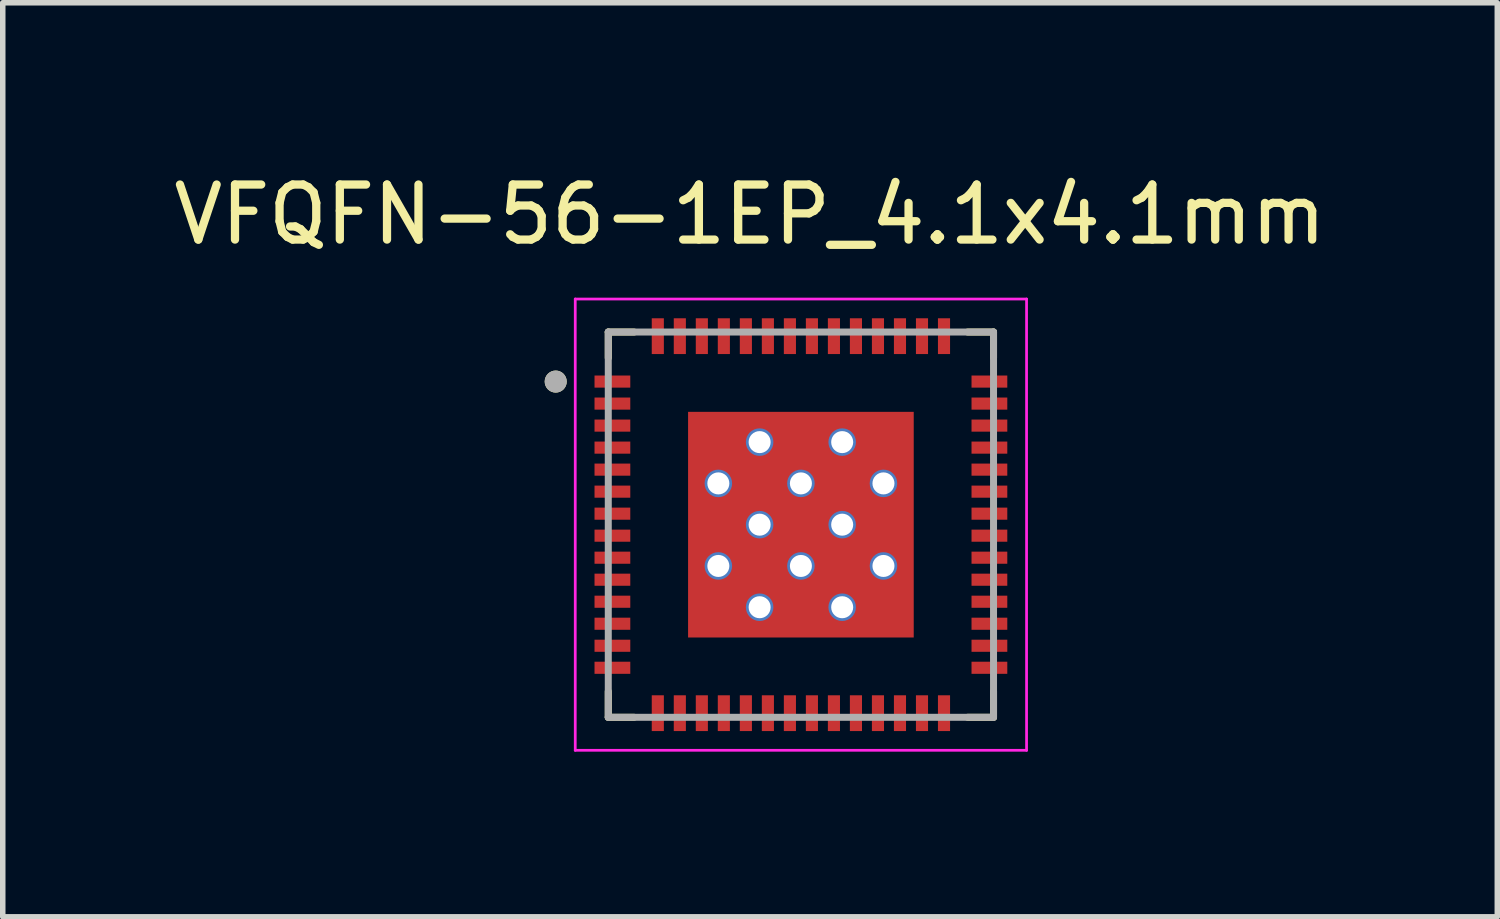
<source format=kicad_pcb>
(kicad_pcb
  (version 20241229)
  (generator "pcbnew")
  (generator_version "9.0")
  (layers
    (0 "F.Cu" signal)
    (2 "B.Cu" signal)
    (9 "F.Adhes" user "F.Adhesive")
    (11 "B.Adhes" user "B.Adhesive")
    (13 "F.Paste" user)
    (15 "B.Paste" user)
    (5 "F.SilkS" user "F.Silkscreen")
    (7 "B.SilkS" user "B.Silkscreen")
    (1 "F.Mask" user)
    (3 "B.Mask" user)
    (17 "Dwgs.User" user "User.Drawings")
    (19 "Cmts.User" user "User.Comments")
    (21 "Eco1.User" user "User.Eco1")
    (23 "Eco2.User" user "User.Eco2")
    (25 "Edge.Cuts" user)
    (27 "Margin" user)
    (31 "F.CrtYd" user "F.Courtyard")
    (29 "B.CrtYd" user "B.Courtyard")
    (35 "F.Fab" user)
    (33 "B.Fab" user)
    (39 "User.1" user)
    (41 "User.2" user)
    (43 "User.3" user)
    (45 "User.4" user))
  (footprint "VFQFN-56-1EP_4.1x4.1mm"
    (layer "F.Cu")
    (at 11.502 6.483)
    (property "Reference" "VFQFN-56-1EP_4.1x4.1mm" (at -0.925 -5.635 0) (layer "F.SilkS") (effects (font (size 1 1) (thickness 0.15))))
    (attr smd)
    (fp_poly (pts (xy -3.8 -2.76) (xy -3.05 -2.76) (xy -3.05 -2.44) (xy -3.8 -2.44)) (stroke (width 0.01) (type solid)) (fill yes) (layer "F.Mask"))
    (fp_poly (pts (xy -3.8 -2.36) (xy -3.05 -2.36) (xy -3.05 -2.04) (xy -3.8 -2.04)) (stroke (width 0.01) (type solid)) (fill yes) (layer "F.Mask"))
    (fp_poly (pts (xy -3.8 -1.96) (xy -3.05 -1.96) (xy -3.05 -1.64) (xy -3.8 -1.64)) (stroke (width 0.01) (type solid)) (fill yes) (layer "F.Mask"))
    (fp_poly (pts (xy -3.8 -1.56) (xy -3.05 -1.56) (xy -3.05 -1.24) (xy -3.8 -1.24)) (stroke (width 0.01) (type solid)) (fill yes) (layer "F.Mask"))
    (fp_poly (pts (xy -3.8 -1.16) (xy -3.05 -1.16) (xy -3.05 -0.84) (xy -3.8 -0.84)) (stroke (width 0.01) (type solid)) (fill yes) (layer "F.Mask"))
    (fp_poly (pts (xy -3.8 -0.76) (xy -3.05 -0.76) (xy -3.05 -0.44) (xy -3.8 -0.44)) (stroke (width 0.01) (type solid)) (fill yes) (layer "F.Mask"))
    (fp_poly (pts (xy -3.8 -0.36) (xy -3.05 -0.36) (xy -3.05 -0.04) (xy -3.8 -0.04)) (stroke (width 0.01) (type solid)) (fill yes) (layer "F.Mask"))
    (fp_poly (pts (xy -3.8 0.04) (xy -3.05 0.04) (xy -3.05 0.36) (xy -3.8 0.36)) (stroke (width 0.01) (type solid)) (fill yes) (layer "F.Mask"))
    (fp_poly (pts (xy -3.8 0.44) (xy -3.05 0.44) (xy -3.05 0.76) (xy -3.8 0.76)) (stroke (width 0.01) (type solid)) (fill yes) (layer "F.Mask"))
    (fp_poly (pts (xy -3.8 0.84) (xy -3.05 0.84) (xy -3.05 1.16) (xy -3.8 1.16)) (stroke (width 0.01) (type solid)) (fill yes) (layer "F.Mask"))
    (fp_poly (pts (xy -3.8 1.24) (xy -3.05 1.24) (xy -3.05 1.56) (xy -3.8 1.56)) (stroke (width 0.01) (type solid)) (fill yes) (layer "F.Mask"))
    (fp_poly (pts (xy -3.8 1.64) (xy -3.05 1.64) (xy -3.05 1.96) (xy -3.8 1.96)) (stroke (width 0.01) (type solid)) (fill yes) (layer "F.Mask"))
    (fp_poly (pts (xy -3.8 2.04) (xy -3.05 2.04) (xy -3.05 2.36) (xy -3.8 2.36)) (stroke (width 0.01) (type solid)) (fill yes) (layer "F.Mask"))
    (fp_poly (pts (xy -3.8 2.44) (xy -3.05 2.44) (xy -3.05 2.76) (xy -3.8 2.76)) (stroke (width 0.01) (type solid)) (fill yes) (layer "F.Mask"))
    (fp_poly (pts (xy -2.76 -3.8) (xy -2.44 -3.8) (xy -2.44 -3.05) (xy -2.76 -3.05)) (stroke (width 0.01) (type solid)) (fill yes) (layer "F.Mask"))
    (fp_poly (pts (xy -2.76 3.05) (xy -2.44 3.05) (xy -2.44 3.8) (xy -2.76 3.8)) (stroke (width 0.01) (type solid)) (fill yes) (layer "F.Mask"))
    (fp_poly (pts (xy -2.36 -3.8) (xy -2.04 -3.8) (xy -2.04 -3.05) (xy -2.36 -3.05)) (stroke (width 0.01) (type solid)) (fill yes) (layer "F.Mask"))
    (fp_poly (pts (xy -2.36 3.05) (xy -2.04 3.05) (xy -2.04 3.8) (xy -2.36 3.8)) (stroke (width 0.01) (type solid)) (fill yes) (layer "F.Mask"))
    (fp_poly (pts (xy -1.96 -3.8) (xy -1.64 -3.8) (xy -1.64 -3.05) (xy -1.96 -3.05)) (stroke (width 0.01) (type solid)) (fill yes) (layer "F.Mask"))
    (fp_poly (pts (xy -1.96 3.05) (xy -1.64 3.05) (xy -1.64 3.8) (xy -1.96 3.8)) (stroke (width 0.01) (type solid)) (fill yes) (layer "F.Mask"))
    (fp_poly (pts (xy -1.56 -3.8) (xy -1.24 -3.8) (xy -1.24 -3.05) (xy -1.56 -3.05)) (stroke (width 0.01) (type solid)) (fill yes) (layer "F.Mask"))
    (fp_poly (pts (xy -1.56 3.05) (xy -1.24 3.05) (xy -1.24 3.8) (xy -1.56 3.8)) (stroke (width 0.01) (type solid)) (fill yes) (layer "F.Mask"))
    (fp_poly (pts (xy -1.16 -3.8) (xy -0.84 -3.8) (xy -0.84 -3.05) (xy -1.16 -3.05)) (stroke (width 0.01) (type solid)) (fill yes) (layer "F.Mask"))
    (fp_poly (pts (xy -1.16 3.05) (xy -0.84 3.05) (xy -0.84 3.8) (xy -1.16 3.8)) (stroke (width 0.01) (type solid)) (fill yes) (layer "F.Mask"))
    (fp_poly (pts (xy -0.76 -3.8) (xy -0.44 -3.8) (xy -0.44 -3.05) (xy -0.76 -3.05)) (stroke (width 0.01) (type solid)) (fill yes) (layer "F.Mask"))
    (fp_poly (pts (xy -0.76 3.05) (xy -0.44 3.05) (xy -0.44 3.8) (xy -0.76 3.8)) (stroke (width 0.01) (type solid)) (fill yes) (layer "F.Mask"))
    (fp_poly (pts (xy -0.36 -3.8) (xy -0.04 -3.8) (xy -0.04 -3.05) (xy -0.36 -3.05)) (stroke (width 0.01) (type solid)) (fill yes) (layer "F.Mask"))
    (fp_poly (pts (xy -0.36 3.05) (xy -0.04 3.05) (xy -0.04 3.8) (xy -0.36 3.8)) (stroke (width 0.01) (type solid)) (fill yes) (layer "F.Mask"))
    (fp_poly (pts (xy 0.04 -3.8) (xy 0.36 -3.8) (xy 0.36 -3.05) (xy 0.04 -3.05)) (stroke (width 0.01) (type solid)) (fill yes) (layer "F.Mask"))
    (fp_poly (pts (xy 0.04 3.05) (xy 0.36 3.05) (xy 0.36 3.8) (xy 0.04 3.8)) (stroke (width 0.01) (type solid)) (fill yes) (layer "F.Mask"))
    (fp_poly (pts (xy 0.44 -3.8) (xy 0.76 -3.8) (xy 0.76 -3.05) (xy 0.44 -3.05)) (stroke (width 0.01) (type solid)) (fill yes) (layer "F.Mask"))
    (fp_poly (pts (xy 0.44 3.05) (xy 0.76 3.05) (xy 0.76 3.8) (xy 0.44 3.8)) (stroke (width 0.01) (type solid)) (fill yes) (layer "F.Mask"))
    (fp_poly (pts (xy 0.84 -3.8) (xy 1.16 -3.8) (xy 1.16 -3.05) (xy 0.84 -3.05)) (stroke (width 0.01) (type solid)) (fill yes) (layer "F.Mask"))
    (fp_poly (pts (xy 0.84 3.05) (xy 1.16 3.05) (xy 1.16 3.8) (xy 0.84 3.8)) (stroke (width 0.01) (type solid)) (fill yes) (layer "F.Mask"))
    (fp_poly (pts (xy 1.24 -3.8) (xy 1.56 -3.8) (xy 1.56 -3.05) (xy 1.24 -3.05)) (stroke (width 0.01) (type solid)) (fill yes) (layer "F.Mask"))
    (fp_poly (pts (xy 1.24 3.05) (xy 1.56 3.05) (xy 1.56 3.8) (xy 1.24 3.8)) (stroke (width 0.01) (type solid)) (fill yes) (layer "F.Mask"))
    (fp_poly (pts (xy 1.64 -3.8) (xy 1.96 -3.8) (xy 1.96 -3.05) (xy 1.64 -3.05)) (stroke (width 0.01) (type solid)) (fill yes) (layer "F.Mask"))
    (fp_poly (pts (xy 1.64 3.05) (xy 1.96 3.05) (xy 1.96 3.8) (xy 1.64 3.8)) (stroke (width 0.01) (type solid)) (fill yes) (layer "F.Mask"))
    (fp_poly (pts (xy 2.04 -3.8) (xy 2.36 -3.8) (xy 2.36 -3.05) (xy 2.04 -3.05)) (stroke (width 0.01) (type solid)) (fill yes) (layer "F.Mask"))
    (fp_poly (pts (xy 2.04 3.05) (xy 2.36 3.05) (xy 2.36 3.8) (xy 2.04 3.8)) (stroke (width 0.01) (type solid)) (fill yes) (layer "F.Mask"))
    (fp_poly (pts (xy 2.44 -3.8) (xy 2.76 -3.8) (xy 2.76 -3.05) (xy 2.44 -3.05)) (stroke (width 0.01) (type solid)) (fill yes) (layer "F.Mask"))
    (fp_poly (pts (xy 2.44 3.05) (xy 2.76 3.05) (xy 2.76 3.8) (xy 2.44 3.8)) (stroke (width 0.01) (type solid)) (fill yes) (layer "F.Mask"))
    (fp_poly (pts (xy 3.05 -2.76) (xy 3.8 -2.76) (xy 3.8 -2.44) (xy 3.05 -2.44)) (stroke (width 0.01) (type solid)) (fill yes) (layer "F.Mask"))
    (fp_poly (pts (xy 3.05 -2.36) (xy 3.8 -2.36) (xy 3.8 -2.04) (xy 3.05 -2.04)) (stroke (width 0.01) (type solid)) (fill yes) (layer "F.Mask"))
    (fp_poly (pts (xy 3.05 -1.96) (xy 3.8 -1.96) (xy 3.8 -1.64) (xy 3.05 -1.64)) (stroke (width 0.01) (type solid)) (fill yes) (layer "F.Mask"))
    (fp_poly (pts (xy 3.05 -1.56) (xy 3.8 -1.56) (xy 3.8 -1.24) (xy 3.05 -1.24)) (stroke (width 0.01) (type solid)) (fill yes) (layer "F.Mask"))
    (fp_poly (pts (xy 3.05 -1.16) (xy 3.8 -1.16) (xy 3.8 -0.84) (xy 3.05 -0.84)) (stroke (width 0.01) (type solid)) (fill yes) (layer "F.Mask"))
    (fp_poly (pts (xy 3.05 -0.76) (xy 3.8 -0.76) (xy 3.8 -0.44) (xy 3.05 -0.44)) (stroke (width 0.01) (type solid)) (fill yes) (layer "F.Mask"))
    (fp_poly (pts (xy 3.05 -0.36) (xy 3.8 -0.36) (xy 3.8 -0.04) (xy 3.05 -0.04)) (stroke (width 0.01) (type solid)) (fill yes) (layer "F.Mask"))
    (fp_poly (pts (xy 3.05 0.04) (xy 3.8 0.04) (xy 3.8 0.36) (xy 3.05 0.36)) (stroke (width 0.01) (type solid)) (fill yes) (layer "F.Mask"))
    (fp_poly (pts (xy 3.05 0.44) (xy 3.8 0.44) (xy 3.8 0.76) (xy 3.05 0.76)) (stroke (width 0.01) (type solid)) (fill yes) (layer "F.Mask"))
    (fp_poly (pts (xy 3.05 0.84) (xy 3.8 0.84) (xy 3.8 1.16) (xy 3.05 1.16)) (stroke (width 0.01) (type solid)) (fill yes) (layer "F.Mask"))
    (fp_poly (pts (xy 3.05 1.24) (xy 3.8 1.24) (xy 3.8 1.56) (xy 3.05 1.56)) (stroke (width 0.01) (type solid)) (fill yes) (layer "F.Mask"))
    (fp_poly (pts (xy 3.05 1.64) (xy 3.8 1.64) (xy 3.8 1.96) (xy 3.05 1.96)) (stroke (width 0.01) (type solid)) (fill yes) (layer "F.Mask"))
    (fp_poly (pts (xy 3.05 2.04) (xy 3.8 2.04) (xy 3.8 2.36) (xy 3.05 2.36)) (stroke (width 0.01) (type solid)) (fill yes) (layer "F.Mask"))
    (fp_poly (pts (xy 3.05 2.44) (xy 3.8 2.44) (xy 3.8 2.76) (xy 3.05 2.76)) (stroke (width 0.01) (type solid)) (fill yes) (layer "F.Mask"))
    (fp_line (start -3.5 -3.5) (end -3.5 -3.03) (stroke (width 0.127) (type solid)) (layer "F.SilkS"))
    (fp_line (start -3.5 -3.5) (end -3.03 -3.5) (stroke (width 0.127) (type solid)) (layer "F.SilkS"))
    (fp_line (start -3.5 3.5) (end -3.5 3.03) (stroke (width 0.127) (type solid)) (layer "F.SilkS"))
    (fp_line (start -3.5 3.5) (end -3.03 3.5) (stroke (width 0.127) (type solid)) (layer "F.SilkS"))
    (fp_line (start 3.5 -3.5) (end 3.03 -3.5) (stroke (width 0.127) (type solid)) (layer "F.SilkS"))
    (fp_line (start 3.5 -3.5) (end 3.5 -3.03) (stroke (width 0.127) (type solid)) (layer "F.SilkS"))
    (fp_line (start 3.5 3.5) (end 3.03 3.5) (stroke (width 0.127) (type solid)) (layer "F.SilkS"))
    (fp_line (start 3.5 3.5) (end 3.5 3.03) (stroke (width 0.127) (type solid)) (layer "F.SilkS"))
    (fp_circle (center -4.455 -2.6) (end -4.355 -2.6) (stroke (width 0.2) (type solid)) (fill no) (layer "F.SilkS"))
    (fp_poly (pts (xy -2 -2) (xy -1 -2) (xy -1 -1) (xy -2 -1)) (stroke (width 0.01) (type solid)) (fill yes) (layer "F.Paste"))
    (fp_poly (pts (xy -2 -0.5) (xy -1 -0.5) (xy -1 0.5) (xy -2 0.5)) (stroke (width 0.01) (type solid)) (fill yes) (layer "F.Paste"))
    (fp_poly (pts (xy -2 1) (xy -1 1) (xy -1 2) (xy -2 2)) (stroke (width 0.01) (type solid)) (fill yes) (layer "F.Paste"))
    (fp_poly (pts (xy -0.5 -2) (xy 0.5 -2) (xy 0.5 -1) (xy -0.5 -1)) (stroke (width 0.01) (type solid)) (fill yes) (layer "F.Paste"))
    (fp_poly (pts (xy -0.5 -0.5) (xy 0.5 -0.5) (xy 0.5 0.5) (xy -0.5 0.5)) (stroke (width 0.01) (type solid)) (fill yes) (layer "F.Paste"))
    (fp_poly (pts (xy -0.5 1) (xy 0.5 1) (xy 0.5 2) (xy -0.5 2)) (stroke (width 0.01) (type solid)) (fill yes) (layer "F.Paste"))
    (fp_poly (pts (xy 1 -2) (xy 2 -2) (xy 2 -1) (xy 1 -1)) (stroke (width 0.01) (type solid)) (fill yes) (layer "F.Paste"))
    (fp_poly (pts (xy 1 -0.5) (xy 2 -0.5) (xy 2 0.5) (xy 1 0.5)) (stroke (width 0.01) (type solid)) (fill yes) (layer "F.Paste"))
    (fp_poly (pts (xy 1 1) (xy 2 1) (xy 2 2) (xy 1 2)) (stroke (width 0.01) (type solid)) (fill yes) (layer "F.Paste"))
    (fp_line (start -4.1 -4.1) (end 4.1 -4.1) (stroke (width 0.05) (type solid)) (layer "F.CrtYd"))
    (fp_line (start -4.1 4.1) (end -4.1 -4.1) (stroke (width 0.05) (type solid)) (layer "F.CrtYd"))
    (fp_line (start -4.1 4.1) (end 4.1 4.1) (stroke (width 0.05) (type solid)) (layer "F.CrtYd"))
    (fp_line (start 4.1 4.1) (end 4.1 -4.1) (stroke (width 0.05) (type solid)) (layer "F.CrtYd"))
    (fp_line (start -3.5 3.5) (end -3.5 -3.5) (stroke (width 0.127) (type solid)) (layer "F.Fab"))
    (fp_line (start 3.5 -3.5) (end -3.5 -3.5) (stroke (width 0.127) (type solid)) (layer "F.Fab"))
    (fp_line (start 3.5 3.5) (end -3.5 3.5) (stroke (width 0.127) (type solid)) (layer "F.Fab"))
    (fp_line (start 3.5 3.5) (end 3.5 -3.5) (stroke (width 0.127) (type solid)) (layer "F.Fab"))
    (fp_circle (center -4.455 -2.6) (end -4.355 -2.6) (stroke (width 0.2) (type solid)) (fill no) (layer "F.Fab"))
    (pad "1" smd rect (at -3.425 -2.6) (size 0.65 0.22) (layers "F.Cu" "F.Paste"))
    (pad "2" smd rect (at -3.425 -2.2) (size 0.65 0.22) (layers "F.Cu" "F.Paste"))
    (pad "3" smd rect (at -3.425 -1.8) (size 0.65 0.22) (layers "F.Cu" "F.Paste"))
    (pad "4" smd rect (at -3.425 -1.4) (size 0.65 0.22) (layers "F.Cu" "F.Paste"))
    (pad "5" smd rect (at -3.425 -1) (size 0.65 0.22) (layers "F.Cu" "F.Paste"))
    (pad "6" smd rect (at -3.425 -0.6) (size 0.65 0.22) (layers "F.Cu" "F.Paste"))
    (pad "7" smd rect (at -3.425 -0.2) (size 0.65 0.22) (layers "F.Cu" "F.Paste"))
    (pad "8" smd rect (at -3.425 0.2) (size 0.65 0.22) (layers "F.Cu" "F.Paste"))
    (pad "9" smd rect (at -3.425 0.6) (size 0.65 0.22) (layers "F.Cu" "F.Paste"))
    (pad "10" smd rect (at -3.425 1) (size 0.65 0.22) (layers "F.Cu" "F.Paste"))
    (pad "11" smd rect (at -3.425 1.4) (size 0.65 0.22) (layers "F.Cu" "F.Paste"))
    (pad "12" smd rect (at -3.425 1.8) (size 0.65 0.22) (layers "F.Cu" "F.Paste"))
    (pad "13" smd rect (at -3.425 2.2) (size 0.65 0.22) (layers "F.Cu" "F.Paste"))
    (pad "14" smd rect (at -3.425 2.6) (size 0.65 0.22) (layers "F.Cu" "F.Paste"))
    (pad "15" smd rect (at -2.6 3.425) (size 0.22 0.65) (layers "F.Cu" "F.Paste"))
    (pad "16" smd rect (at -2.2 3.425) (size 0.22 0.65) (layers "F.Cu" "F.Paste"))
    (pad "17" smd rect (at -1.8 3.425) (size 0.22 0.65) (layers "F.Cu" "F.Paste"))
    (pad "18" smd rect (at -1.4 3.425) (size 0.22 0.65) (layers "F.Cu" "F.Paste"))
    (pad "19" smd rect (at -1 3.425) (size 0.22 0.65) (layers "F.Cu" "F.Paste"))
    (pad "20" smd rect (at -0.6 3.425) (size 0.22 0.65) (layers "F.Cu" "F.Paste"))
    (pad "21" smd rect (at -0.2 3.425) (size 0.22 0.65) (layers "F.Cu" "F.Paste"))
    (pad "22" smd rect (at 0.2 3.425) (size 0.22 0.65) (layers "F.Cu" "F.Paste"))
    (pad "23" smd rect (at 0.6 3.425) (size 0.22 0.65) (layers "F.Cu" "F.Paste"))
    (pad "24" smd rect (at 1 3.425) (size 0.22 0.65) (layers "F.Cu" "F.Paste"))
    (pad "25" smd rect (at 1.4 3.425) (size 0.22 0.65) (layers "F.Cu" "F.Paste"))
    (pad "26" smd rect (at 1.8 3.425) (size 0.22 0.65) (layers "F.Cu" "F.Paste"))
    (pad "27" smd rect (at 2.2 3.425) (size 0.22 0.65) (layers "F.Cu" "F.Paste"))
    (pad "28" smd rect (at 2.6 3.425) (size 0.22 0.65) (layers "F.Cu" "F.Paste"))
    (pad "29" smd rect (at 3.425 2.6) (size 0.65 0.22) (layers "F.Cu" "F.Paste"))
    (pad "30" smd rect (at 3.425 2.2) (size 0.65 0.22) (layers "F.Cu" "F.Paste"))
    (pad "31" smd rect (at 3.425 1.8) (size 0.65 0.22) (layers "F.Cu" "F.Paste"))
    (pad "32" smd rect (at 3.425 1.4) (size 0.65 0.22) (layers "F.Cu" "F.Paste"))
    (pad "33" smd rect (at 3.425 1) (size 0.65 0.22) (layers "F.Cu" "F.Paste"))
    (pad "34" smd rect (at 3.425 0.6) (size 0.65 0.22) (layers "F.Cu" "F.Paste"))
    (pad "35" smd rect (at 3.425 0.2) (size 0.65 0.22) (layers "F.Cu" "F.Paste"))
    (pad "36" smd rect (at 3.425 -0.2) (size 0.65 0.22) (layers "F.Cu" "F.Paste"))
    (pad "37" smd rect (at 3.425 -0.6) (size 0.65 0.22) (layers "F.Cu" "F.Paste"))
    (pad "38" smd rect (at 3.425 -1) (size 0.65 0.22) (layers "F.Cu" "F.Paste"))
    (pad "39" smd rect (at 3.425 -1.4) (size 0.65 0.22) (layers "F.Cu" "F.Paste"))
    (pad "40" smd rect (at 3.425 -1.8) (size 0.65 0.22) (layers "F.Cu" "F.Paste"))
    (pad "41" smd rect (at 3.425 -2.2) (size 0.65 0.22) (layers "F.Cu" "F.Paste"))
    (pad "42" smd rect (at 3.425 -2.6) (size 0.65 0.22) (layers "F.Cu" "F.Paste"))
    (pad "43" smd rect (at 2.6 -3.425) (size 0.22 0.65) (layers "F.Cu" "F.Paste"))
    (pad "44" smd rect (at 2.2 -3.425) (size 0.22 0.65) (layers "F.Cu" "F.Paste"))
    (pad "45" smd rect (at 1.8 -3.425) (size 0.22 0.65) (layers "F.Cu" "F.Paste"))
    (pad "46" smd rect (at 1.4 -3.425) (size 0.22 0.65) (layers "F.Cu" "F.Paste"))
    (pad "47" smd rect (at 1 -3.425) (size 0.22 0.65) (layers "F.Cu" "F.Paste"))
    (pad "48" smd rect (at 0.6 -3.425) (size 0.22 0.65) (layers "F.Cu" "F.Paste"))
    (pad "49" smd rect (at 0.2 -3.425) (size 0.22 0.65) (layers "F.Cu" "F.Paste"))
    (pad "50" smd rect (at -0.2 -3.425) (size 0.22 0.65) (layers "F.Cu" "F.Paste"))
    (pad "51" smd rect (at -0.6 -3.425) (size 0.22 0.65) (layers "F.Cu" "F.Paste"))
    (pad "52" smd rect (at -1 -3.425) (size 0.22 0.65) (layers "F.Cu" "F.Paste"))
    (pad "53" smd rect (at -1.4 -3.425) (size 0.22 0.65) (layers "F.Cu" "F.Paste"))
    (pad "54" smd rect (at -1.8 -3.425) (size 0.22 0.65) (layers "F.Cu" "F.Paste"))
    (pad "55" smd rect (at -2.2 -3.425) (size 0.22 0.65) (layers "F.Cu" "F.Paste"))
    (pad "56" smd rect (at -2.6 -3.425) (size 0.22 0.65) (layers "F.Cu" "F.Paste"))
    (pad "57" smd rect (at 0 0) (size 4.1 4.1) (layers "F.Cu" "F.Mask"))
    (pad "58" thru_hole circle (at -0.75 -1.5) (size 0.5 0.5) (drill 0.4) (layers "*.Cu"))
    (pad "59" thru_hole circle (at 0.75 -1.5) (size 0.5 0.5) (drill 0.4) (layers "*.Cu"))
    (pad "60" thru_hole circle (at -1.5 -0.75) (size 0.5 0.5) (drill 0.4) (layers "*.Cu"))
    (pad "61" thru_hole circle (at 0 -0.75) (size 0.5 0.5) (drill 0.4) (layers "*.Cu"))
    (pad "62" thru_hole circle (at 1.5 -0.75) (size 0.5 0.5) (drill 0.4) (layers "*.Cu"))
    (pad "63" thru_hole circle (at -0.75 0) (size 0.5 0.5) (drill 0.4) (layers "*.Cu"))
    (pad "64" thru_hole circle (at 0.75 0) (size 0.5 0.5) (drill 0.4) (layers "*.Cu"))
    (pad "65" thru_hole circle (at -1.5 0.75) (size 0.5 0.5) (drill 0.4) (layers "*.Cu"))
    (pad "66" thru_hole circle (at 0 0.75) (size 0.5 0.5) (drill 0.4) (layers "*.Cu"))
    (pad "67" thru_hole circle (at 1.5 0.75) (size 0.5 0.5) (drill 0.4) (layers "*.Cu"))
    (pad "68" thru_hole circle (at -0.75 1.5) (size 0.5 0.5) (drill 0.4) (layers "*.Cu"))
    (pad "69" thru_hole circle (at 0.75 1.5) (size 0.5 0.5) (drill 0.4) (layers "*.Cu")))
  (gr_rect
    (start -3 -3)
    (end 24.155 13.608)
    (stroke (width 0.1) (type default))
    (fill no)
    (layer "Edge.Cuts")))
</source>
